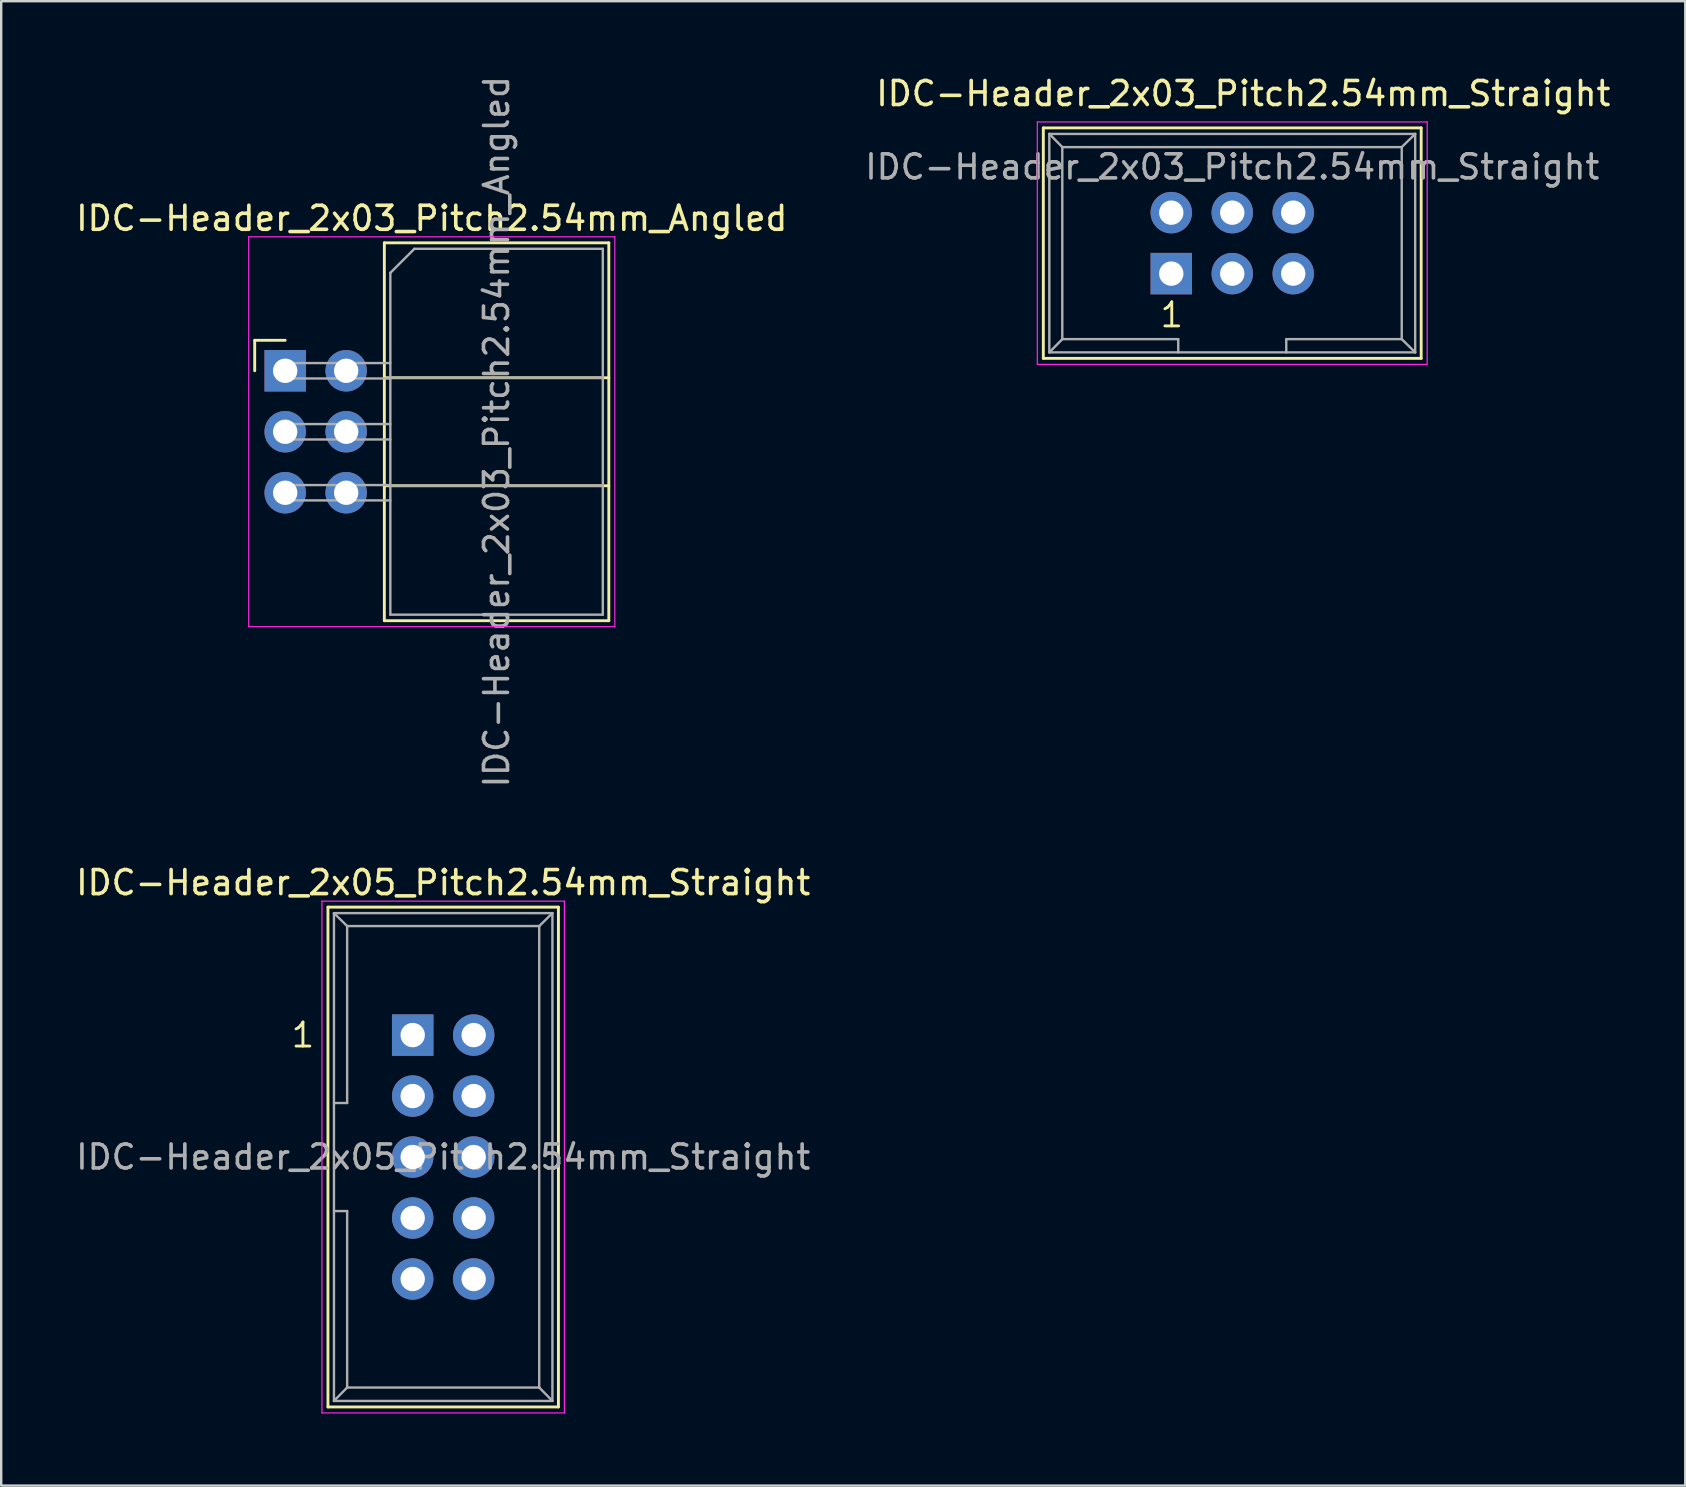
<source format=kicad_pcb>
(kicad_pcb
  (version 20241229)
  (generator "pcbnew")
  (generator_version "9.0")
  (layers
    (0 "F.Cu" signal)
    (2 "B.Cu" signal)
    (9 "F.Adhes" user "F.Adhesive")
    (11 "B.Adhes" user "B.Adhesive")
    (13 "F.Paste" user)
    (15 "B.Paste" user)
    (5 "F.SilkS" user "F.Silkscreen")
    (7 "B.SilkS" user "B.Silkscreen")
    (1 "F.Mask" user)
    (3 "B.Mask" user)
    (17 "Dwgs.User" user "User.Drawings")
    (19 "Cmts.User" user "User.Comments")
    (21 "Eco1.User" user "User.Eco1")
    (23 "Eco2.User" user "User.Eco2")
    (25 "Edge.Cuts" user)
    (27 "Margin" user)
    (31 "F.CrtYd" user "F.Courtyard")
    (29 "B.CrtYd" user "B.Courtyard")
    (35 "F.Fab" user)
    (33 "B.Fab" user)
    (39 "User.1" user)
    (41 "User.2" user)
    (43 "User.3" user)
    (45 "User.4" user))
  (footprint "IDC-Header_2x03_Pitch2.54mm_Angled"
    (layer "F.Cu")
    (at 8.83 12.395)
    (property "Reference" "IDC-Header_2x03_Pitch2.54mm_Angled" (at 6.105 -6.35 0) (layer "F.SilkS") (effects (font (size 1 1) (thickness 0.15))))
    (attr through_hole)
    (fp_line (start -1.27 -1.27) (end -1.27 0) (stroke (width 0.12) (type solid)) (layer "F.SilkS"))
    (fp_line (start 0 -1.27) (end -1.27 -1.27) (stroke (width 0.12) (type solid)) (layer "F.SilkS"))
    (fp_line (start 4.13 -5.33) (end 13.48 -5.33) (stroke (width 0.12) (type solid)) (layer "F.SilkS"))
    (fp_line (start 4.13 0.29) (end 13.48 0.29) (stroke (width 0.12) (type solid)) (layer "F.SilkS"))
    (fp_line (start 4.13 4.79) (end 13.48 4.79) (stroke (width 0.12) (type solid)) (layer "F.SilkS"))
    (fp_line (start 4.13 10.41) (end 4.13 -5.33) (stroke (width 0.12) (type solid)) (layer "F.SilkS"))
    (fp_line (start 4.13 10.41) (end 13.48 10.41) (stroke (width 0.12) (type solid)) (layer "F.SilkS"))
    (fp_line (start 13.48 -5.33) (end 13.48 10.41) (stroke (width 0.12) (type solid)) (layer "F.SilkS"))
    (fp_line (start -1.52 -5.58) (end 13.73 -5.58) (stroke (width 0.05) (type solid)) (layer "F.CrtYd"))
    (fp_line (start -1.52 10.66) (end -1.52 -5.58) (stroke (width 0.05) (type solid)) (layer "F.CrtYd"))
    (fp_line (start 13.73 -5.58) (end 13.73 10.66) (stroke (width 0.05) (type solid)) (layer "F.CrtYd"))
    (fp_line (start 13.73 10.66) (end -1.52 10.66) (stroke (width 0.05) (type solid)) (layer "F.CrtYd"))
    (fp_line (start -0.32 -0.32) (end -0.32 0.32) (stroke (width 0.1) (type solid)) (layer "F.Fab"))
    (fp_line (start -0.32 0.32) (end 4.38 0.32) (stroke (width 0.1) (type solid)) (layer "F.Fab"))
    (fp_line (start -0.32 2.22) (end -0.32 2.86) (stroke (width 0.1) (type solid)) (layer "F.Fab"))
    (fp_line (start -0.32 2.86) (end 4.38 2.86) (stroke (width 0.1) (type solid)) (layer "F.Fab"))
    (fp_line (start -0.32 4.76) (end -0.32 5.4) (stroke (width 0.1) (type solid)) (layer "F.Fab"))
    (fp_line (start -0.32 5.4) (end 4.38 5.4) (stroke (width 0.1) (type solid)) (layer "F.Fab"))
    (fp_line (start 4.38 -4.08) (end 5.38 -5.08) (stroke (width 0.1) (type solid)) (layer "F.Fab"))
    (fp_line (start 4.38 -0.32) (end -0.32 -0.32) (stroke (width 0.1) (type solid)) (layer "F.Fab"))
    (fp_line (start 4.38 0.29) (end 13.23 0.29) (stroke (width 0.1) (type solid)) (layer "F.Fab"))
    (fp_line (start 4.38 2.22) (end -0.32 2.22) (stroke (width 0.1) (type solid)) (layer "F.Fab"))
    (fp_line (start 4.38 4.76) (end -0.32 4.76) (stroke (width 0.1) (type solid)) (layer "F.Fab"))
    (fp_line (start 4.38 4.79) (end 13.23 4.79) (stroke (width 0.1) (type solid)) (layer "F.Fab"))
    (fp_line (start 4.38 10.16) (end 4.38 -4.08) (stroke (width 0.1) (type solid)) (layer "F.Fab"))
    (fp_line (start 4.38 10.16) (end 13.23 10.16) (stroke (width 0.1) (type solid)) (layer "F.Fab"))
    (fp_line (start 5.38 -5.08) (end 13.23 -5.08) (stroke (width 0.1) (type solid)) (layer "F.Fab"))
    (fp_line (start 13.23 10.16) (end 13.23 -5.08) (stroke (width 0.1) (type solid)) (layer "F.Fab"))
    (fp_text user "${REFERENCE}" (at 8.805 2.54 90) (layer "F.Fab") (effects (font (size 1 1) (thickness 0.15))))
    (pad "1" thru_hole rect (at 0 0) (size 1.727 1.727) (drill 1.016) (layers "*.Cu" "*.Mask"))
    (pad "2" thru_hole oval (at 2.54 0) (size 1.727 1.727) (drill 1.016) (layers "*.Cu" "*.Mask"))
    (pad "3" thru_hole oval (at 0 2.54) (size 1.727 1.727) (drill 1.016) (layers "*.Cu" "*.Mask"))
    (pad "4" thru_hole oval (at 2.54 2.54) (size 1.727 1.727) (drill 1.016) (layers "*.Cu" "*.Mask"))
    (pad "5" thru_hole oval (at 0 5.08) (size 1.727 1.727) (drill 1.016) (layers "*.Cu" "*.Mask"))
    (pad "6" thru_hole oval (at 2.54 5.08) (size 1.727 1.727) (drill 1.016) (layers "*.Cu" "*.Mask")))
  (footprint "IDC-Header_2x05_Pitch2.54mm_Straight"
    (layer "F.Cu")
    (at 14.141 40.067)
    (property "Reference" "IDC-Header_2x05_Pitch2.54mm_Straight" (at 1.27 -6.35 0) (layer "F.SilkS") (effects (font (size 1 1) (thickness 0.15))))
    (attr through_hole)
    (fp_line (start -3.53 -5.33) (end 6.07 -5.33) (stroke (width 0.12) (type solid)) (layer "F.SilkS"))
    (fp_line (start -3.53 15.49) (end -3.53 -5.33) (stroke (width 0.12) (type solid)) (layer "F.SilkS"))
    (fp_line (start 6.07 -5.33) (end 6.07 15.49) (stroke (width 0.12) (type solid)) (layer "F.SilkS"))
    (fp_line (start 6.07 15.49) (end -3.53 15.49) (stroke (width 0.12) (type solid)) (layer "F.SilkS"))
    (fp_line (start -3.78 -5.58) (end 6.32 -5.58) (stroke (width 0.05) (type solid)) (layer "F.CrtYd"))
    (fp_line (start -3.78 15.74) (end -3.78 -5.58) (stroke (width 0.05) (type solid)) (layer "F.CrtYd"))
    (fp_line (start 6.32 -5.58) (end 6.32 15.74) (stroke (width 0.05) (type solid)) (layer "F.CrtYd"))
    (fp_line (start 6.32 15.74) (end -3.78 15.74) (stroke (width 0.05) (type solid)) (layer "F.CrtYd"))
    (fp_line (start -3.28 -5.08) (end -3.28 15.24) (stroke (width 0.1) (type solid)) (layer "F.Fab"))
    (fp_line (start -3.28 -5.08) (end -2.73 -4.54) (stroke (width 0.1) (type solid)) (layer "F.Fab"))
    (fp_line (start -3.28 15.24) (end -2.73 14.68) (stroke (width 0.1) (type solid)) (layer "F.Fab"))
    (fp_line (start -2.73 -4.54) (end -2.73 2.83) (stroke (width 0.1) (type solid)) (layer "F.Fab"))
    (fp_line (start -2.73 2.83) (end -3.28 2.83) (stroke (width 0.1) (type solid)) (layer "F.Fab"))
    (fp_line (start -2.73 7.33) (end -3.28 7.33) (stroke (width 0.1) (type solid)) (layer "F.Fab"))
    (fp_line (start -2.73 7.33) (end -2.73 14.68) (stroke (width 0.1) (type solid)) (layer "F.Fab"))
    (fp_line (start 5.27 -4.54) (end -2.73 -4.54) (stroke (width 0.1) (type solid)) (layer "F.Fab"))
    (fp_line (start 5.27 -4.54) (end 5.27 14.68) (stroke (width 0.1) (type solid)) (layer "F.Fab"))
    (fp_line (start 5.27 14.68) (end -2.73 14.68) (stroke (width 0.1) (type solid)) (layer "F.Fab"))
    (fp_line (start 5.82 -5.08) (end -3.28 -5.08) (stroke (width 0.1) (type solid)) (layer "F.Fab"))
    (fp_line (start 5.82 -5.08) (end 5.27 -4.54) (stroke (width 0.1) (type solid)) (layer "F.Fab"))
    (fp_line (start 5.82 -5.08) (end 5.82 15.24) (stroke (width 0.1) (type solid)) (layer "F.Fab"))
    (fp_line (start 5.82 15.24) (end -3.28 15.24) (stroke (width 0.1) (type solid)) (layer "F.Fab"))
    (fp_line (start 5.82 15.24) (end 5.27 14.68) (stroke (width 0.1) (type solid)) (layer "F.Fab"))
    (fp_text user "1" (at -4.572 0 0) (layer "F.SilkS") (effects (font (size 1 1) (thickness 0.12))))
    (fp_text user "${REFERENCE}" (at 1.27 5.08 0) (layer "F.Fab") (effects (font (size 1 1) (thickness 0.15))))
    (pad "1" thru_hole rect (at 0 0) (size 1.727 1.727) (drill 1.016) (layers "*.Cu" "*.Mask"))
    (pad "2" thru_hole oval (at 2.54 0) (size 1.727 1.727) (drill 1.016) (layers "*.Cu" "*.Mask"))
    (pad "3" thru_hole oval (at 0 2.54) (size 1.727 1.727) (drill 1.016) (layers "*.Cu" "*.Mask"))
    (pad "4" thru_hole oval (at 2.54 2.54) (size 1.727 1.727) (drill 1.016) (layers "*.Cu" "*.Mask"))
    (pad "5" thru_hole oval (at 0 5.08) (size 1.727 1.727) (drill 1.016) (layers "*.Cu" "*.Mask"))
    (pad "6" thru_hole oval (at 2.54 5.08) (size 1.727 1.727) (drill 1.016) (layers "*.Cu" "*.Mask"))
    (pad "7" thru_hole oval (at 0 7.62) (size 1.727 1.727) (drill 1.016) (layers "*.Cu" "*.Mask"))
    (pad "8" thru_hole oval (at 2.54 7.62) (size 1.727 1.727) (drill 1.016) (layers "*.Cu" "*.Mask"))
    (pad "9" thru_hole oval (at 0 10.16) (size 1.727 1.727) (drill 1.016) (layers "*.Cu" "*.Mask"))
    (pad "10" thru_hole oval (at 2.54 10.16) (size 1.727 1.727) (drill 1.016) (layers "*.Cu" "*.Mask")))
  (footprint "IDC-Header_2x03_Pitch2.54mm_Straight"
    (layer "F.Cu")
    (at 45.74 8.348)
    (property "Reference" "IDC-Header_2x03_Pitch2.54mm_Straight" (at 3 -7.5 0) (layer "F.SilkS") (effects (font (size 1 1) (thickness 0.15))))
    (attr through_hole)
    (fp_line (start -5.33 -6.07) (end 10.41 -6.07) (stroke (width 0.12) (type solid)) (layer "F.SilkS"))
    (fp_line (start -5.33 3.53) (end -5.33 -6.07) (stroke (width 0.12) (type solid)) (layer "F.SilkS"))
    (fp_line (start 10.41 -6.07) (end 10.41 3.53) (stroke (width 0.12) (type solid)) (layer "F.SilkS"))
    (fp_line (start 10.41 3.53) (end -5.33 3.53) (stroke (width 0.12) (type solid)) (layer "F.SilkS"))
    (fp_line (start -5.58 -6.32) (end 10.66 -6.32) (stroke (width 0.05) (type solid)) (layer "F.CrtYd"))
    (fp_line (start -5.58 3.78) (end -5.58 -6.32) (stroke (width 0.05) (type solid)) (layer "F.CrtYd"))
    (fp_line (start 10.66 -6.32) (end 10.66 3.78) (stroke (width 0.05) (type solid)) (layer "F.CrtYd"))
    (fp_line (start 10.66 3.78) (end -5.58 3.78) (stroke (width 0.05) (type solid)) (layer "F.CrtYd"))
    (fp_line (start -5.08 -5.82) (end -5.08 3.28) (stroke (width 0.1) (type solid)) (layer "F.Fab"))
    (fp_line (start -5.08 -5.82) (end -4.54 -5.27) (stroke (width 0.1) (type solid)) (layer "F.Fab"))
    (fp_line (start -5.08 -5.82) (end 10.16 -5.82) (stroke (width 0.1) (type solid)) (layer "F.Fab"))
    (fp_line (start -5.08 3.28) (end -4.54 2.73) (stroke (width 0.1) (type solid)) (layer "F.Fab"))
    (fp_line (start -5.08 3.28) (end 10.16 3.28) (stroke (width 0.1) (type solid)) (layer "F.Fab"))
    (fp_line (start -4.54 -5.27) (end -4.54 2.73) (stroke (width 0.1) (type solid)) (layer "F.Fab"))
    (fp_line (start -4.54 -5.27) (end 9.6 -5.27) (stroke (width 0.1) (type solid)) (layer "F.Fab"))
    (fp_line (start -4.54 2.73) (end 0.29 2.73) (stroke (width 0.1) (type solid)) (layer "F.Fab"))
    (fp_line (start 0.29 2.73) (end 0.29 3.28) (stroke (width 0.1) (type solid)) (layer "F.Fab"))
    (fp_line (start 4.79 2.73) (end 4.79 3.28) (stroke (width 0.1) (type solid)) (layer "F.Fab"))
    (fp_line (start 4.79 2.73) (end 9.6 2.73) (stroke (width 0.1) (type solid)) (layer "F.Fab"))
    (fp_line (start 9.6 -5.27) (end 9.6 2.73) (stroke (width 0.1) (type solid)) (layer "F.Fab"))
    (fp_line (start 10.16 -5.82) (end 9.6 -5.27) (stroke (width 0.1) (type solid)) (layer "F.Fab"))
    (fp_line (start 10.16 -5.82) (end 10.16 3.28) (stroke (width 0.1) (type solid)) (layer "F.Fab"))
    (fp_line (start 10.16 3.28) (end 9.6 2.73) (stroke (width 0.1) (type solid)) (layer "F.Fab"))
    (fp_text user "1" (at 0.02 1.72 0) (layer "F.SilkS") (effects (font (size 1 1) (thickness 0.12))))
    (fp_text user "${REFERENCE}" (at 2.54 -4.445 0) (layer "F.Fab") (effects (font (size 1 1) (thickness 0.15))))
    (pad "1" thru_hole rect (at 0 0) (size 1.727 1.727) (drill 1.016) (layers "*.Cu" "*.Mask"))
    (pad "2" thru_hole oval (at 0 -2.54) (size 1.727 1.727) (drill 1.016) (layers "*.Cu" "*.Mask"))
    (pad "3" thru_hole oval (at 2.54 0) (size 1.727 1.727) (drill 1.016) (layers "*.Cu" "*.Mask"))
    (pad "4" thru_hole oval (at 2.54 -2.54) (size 1.727 1.727) (drill 1.016) (layers "*.Cu" "*.Mask"))
    (pad "5" thru_hole oval (at 5.08 0) (size 1.727 1.727) (drill 1.016) (layers "*.Cu" "*.Mask"))
    (pad "6" thru_hole oval (at 5.08 -2.54) (size 1.727 1.727) (drill 1.016) (layers "*.Cu" "*.Mask")))
  (gr_rect
    (start -3 -3)
    (end 67.15 58.832)
    (stroke (width 0.1) (type default))
    (fill no)
    (layer "Edge.Cuts")))
</source>
